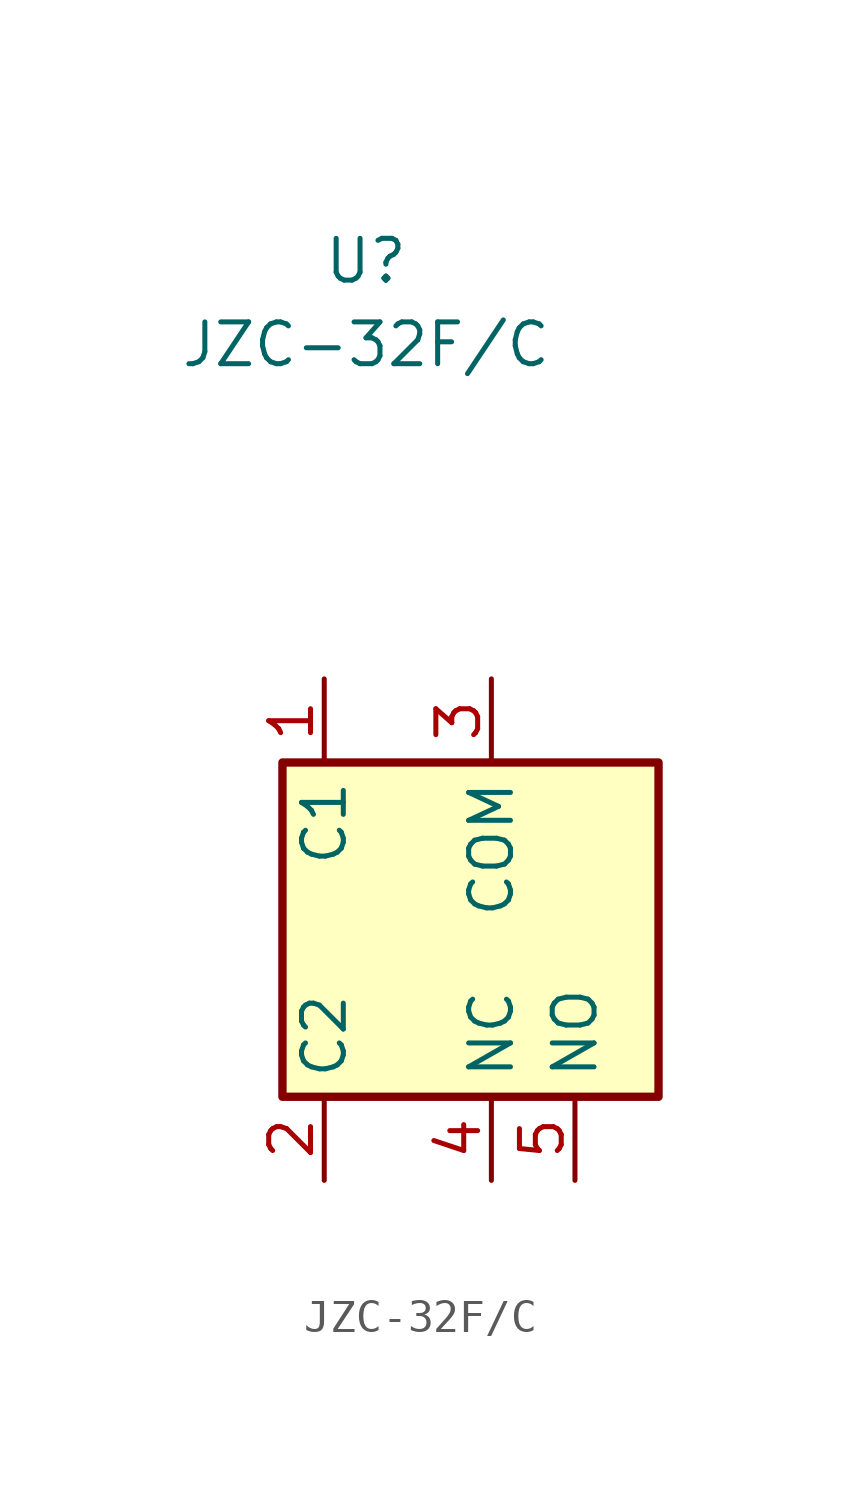
<source format=kicad_sym>
(kicad_symbol_lib
  (version 20220914)
  (generator kicad_symbol_editor)
  (symbol "JZC-32F/C"
    (property "Reference" "U"
      (at 5.08 19.05 0)
      (effects (font (size 1.27 1.27))))
    (property "Value" "JZC-32F/C"
      (at 5.08 16.51 0)
      (effects (font (size 1.27 1.27))))
    (symbol "JZC-32F/C_1_1"
      (rectangle (start 2.54 3.81) (end 13.97 -6.35) (stroke (width 0.254) (type solid)) (fill (type background)))
      (pin passive line (at 3.81 6.35 270) (length 2.54) (name "C1" (effects (font (size 1.27 1.27)))) (number "1" (effects (font (size 1.27 1.27)))))
      (pin passive line (at 3.81 -8.89 90) (length 2.54) (name "C2" (effects (font (size 1.27 1.27)))) (number "2" (effects (font (size 1.27 1.27)))))
      (pin passive line (at 8.89 6.35 270) (length 2.54) (name "COM" (effects (font (size 1.27 1.27)))) (number "3" (effects (font (size 1.27 1.27)))))
      (pin passive line (at 8.89 -8.89 90) (length 2.54) (name "NC" (effects (font (size 1.27 1.27)))) (number "4" (effects (font (size 1.27 1.27)))))
      (pin passive line (at 11.43 -8.89 90) (length 2.54) (name "NO" (effects (font (size 1.27 1.27)))) (number "5" (effects (font (size 1.27 1.27))))))))
</source>
